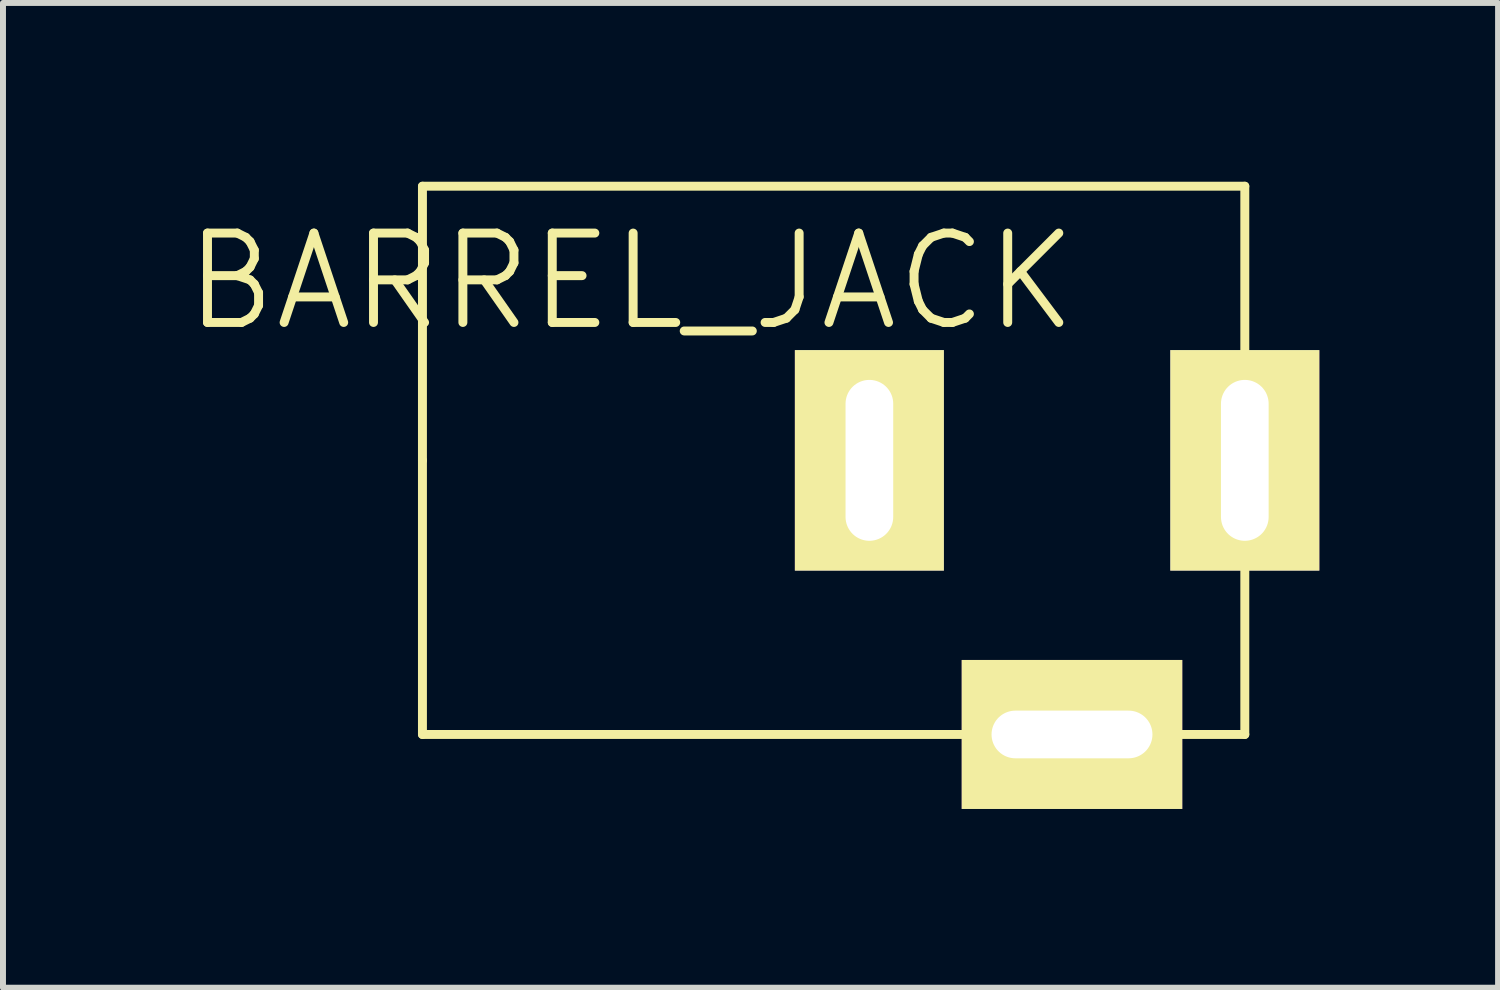
<source format=kicad_pcb>
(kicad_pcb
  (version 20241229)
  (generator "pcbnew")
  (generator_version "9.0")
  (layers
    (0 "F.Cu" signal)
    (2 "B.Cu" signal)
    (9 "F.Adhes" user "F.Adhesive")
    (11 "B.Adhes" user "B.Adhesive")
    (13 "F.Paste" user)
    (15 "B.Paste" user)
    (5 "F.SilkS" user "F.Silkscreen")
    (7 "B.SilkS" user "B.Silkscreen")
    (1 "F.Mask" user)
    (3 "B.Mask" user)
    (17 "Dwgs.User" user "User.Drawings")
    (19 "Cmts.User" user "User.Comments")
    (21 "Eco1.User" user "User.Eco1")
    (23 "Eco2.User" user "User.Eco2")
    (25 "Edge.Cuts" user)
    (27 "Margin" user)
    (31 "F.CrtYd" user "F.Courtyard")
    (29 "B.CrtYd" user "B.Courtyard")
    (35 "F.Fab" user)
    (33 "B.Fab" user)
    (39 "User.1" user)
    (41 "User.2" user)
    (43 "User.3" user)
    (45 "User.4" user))
  (footprint "BARREL_JACK"
    (layer "F.Cu")
    (at 4.039 4.675)
    (property "Reference" "BARREL_JACK" (at 3.5 -3 0) (layer "F.SilkS") (effects (font (size 1.5 1.5) (thickness 0.15))))
    (attr through_hole)
    (fp_line (start 0 -4.6) (end 0 0) (stroke (width 0.15) (type solid)) (layer "F.SilkS"))
    (fp_line (start 0 0) (end 0 4.6) (stroke (width 0.15) (type solid)) (layer "F.SilkS"))
    (fp_line (start 0 4.6) (end 13.8 4.6) (stroke (width 0.15) (type solid)) (layer "F.SilkS"))
    (fp_line (start 13.8 -4.6) (end 0 -4.6) (stroke (width 0.15) (type solid)) (layer "F.SilkS"))
    (fp_line (start 13.8 0) (end 13.8 -4.6) (stroke (width 0.15) (type solid)) (layer "F.SilkS"))
    (fp_line (start 13.8 4.6) (end 13.8 0) (stroke (width 0.15) (type solid)) (layer "F.SilkS"))
    (pad "1" thru_hole rect (at 13.8 0) (size 2.5 3.7) (drill oval 0.8 2.7) (layers "*.Cu" "*.Mask" "F.SilkS"))
    (pad "2" thru_hole rect (at 7.5 0) (size 2.5 3.7) (drill oval 0.8 2.7) (layers "*.Cu" "*.Mask" "F.SilkS"))
    (pad "3" thru_hole rect (at 10.9 4.6) (size 3.7 2.5) (drill oval 2.7 0.8) (layers "*.Cu" "*.Mask" "F.SilkS")))
  (gr_rect
    (start -3 -3)
    (end 22.089 13.525)
    (stroke (width 0.1) (type default))
    (fill no)
    (layer "Edge.Cuts")))
</source>
